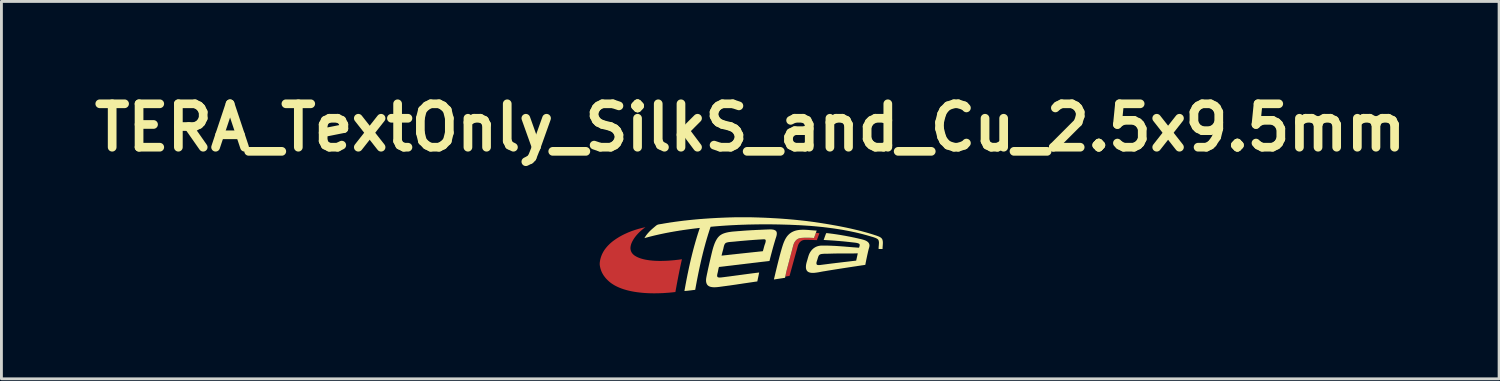
<source format=kicad_pcb>
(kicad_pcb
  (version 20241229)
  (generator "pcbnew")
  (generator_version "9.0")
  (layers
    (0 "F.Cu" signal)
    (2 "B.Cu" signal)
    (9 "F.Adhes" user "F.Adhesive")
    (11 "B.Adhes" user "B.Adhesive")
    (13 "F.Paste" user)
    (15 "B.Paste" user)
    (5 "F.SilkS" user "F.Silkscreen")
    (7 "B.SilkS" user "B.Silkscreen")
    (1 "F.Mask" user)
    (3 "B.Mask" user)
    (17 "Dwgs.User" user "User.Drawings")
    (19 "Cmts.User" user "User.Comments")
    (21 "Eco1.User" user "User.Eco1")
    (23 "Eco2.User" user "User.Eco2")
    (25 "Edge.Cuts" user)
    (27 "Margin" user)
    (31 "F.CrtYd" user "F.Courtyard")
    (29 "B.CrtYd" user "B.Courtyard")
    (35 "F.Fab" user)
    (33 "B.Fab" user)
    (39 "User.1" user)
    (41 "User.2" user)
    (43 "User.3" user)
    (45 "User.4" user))
  (footprint "TERA_TextOnly_SilkS_and_Cu_2.5x9.5mm"
    (layer "F.Cu")
    (at 23.274 5.886)
    (property "Reference" "TERA_TextOnly_SilkS_and_Cu_2.5x9.5mm" (at 0 -4.46 0) (layer "F.SilkS") (effects (font (size 1.524 1.524) (thickness 0.305))))
    (attr smd)
    (fp_poly (pts (xy 1.253 0.648) (xy 1.278 0.544) (xy 1.49 -0.259) (xy 1.493 -0.27) (xy 1.5 -0.299) (xy 1.511 -0.338) (xy 1.515 -0.35) (xy 1.52 -0.366) (xy 1.528 -0.386) (xy 1.538 -0.408) (xy 1.55 -0.432) (xy 1.566 -0.457) (xy 1.584 -0.482) (xy 1.606 -0.506) (xy 1.631 -0.529) (xy 1.66 -0.549) (xy 1.694 -0.566) (xy 1.732 -0.579) (xy 1.774 -0.586) (xy 1.817 -0.59) (xy 1.861 -0.593) (xy 1.906 -0.595) (xy 1.951 -0.596) (xy 1.995 -0.596) (xy 2.038 -0.595) (xy 2.078 -0.594) (xy 2.116 -0.593) (xy 2.15 -0.591) (xy 2.179 -0.59) (xy 2.203 -0.588) (xy 2.221 -0.587) (xy 2.232 -0.586) (xy 2.236 -0.586) (xy 2.303 -0.769) (xy 2.426 -0.752) (xy 2.336 -0.51) (xy 2.331 -0.51) (xy 2.318 -0.511) (xy 2.296 -0.512) (xy 2.269 -0.513) (xy 2.235 -0.514) (xy 2.196 -0.516) (xy 2.154 -0.517) (xy 2.108 -0.518) (xy 2.061 -0.519) (xy 2.012 -0.52) (xy 1.964 -0.52) (xy 1.916 -0.52) (xy 1.872 -0.515) (xy 1.833 -0.504) (xy 1.799 -0.488) (xy 1.77 -0.467) (xy 1.745 -0.444) (xy 1.724 -0.42) (xy 1.708 -0.395) (xy 1.695 -0.372) (xy 1.685 -0.352) (xy 1.678 -0.336) (xy 1.675 -0.325) (xy 1.673 -0.322) (xy 1.378 0.744) (xy 1.23 0.767) (xy 1.253 0.648) (xy 1.253 0.648)) (stroke (width 0) (type solid)) (fill yes) (layer "F.Cu"))
    (fp_poly (pts (xy -2.398 0.159) (xy -2.405 0.192) (xy -2.413 0.225) (xy -2.42 0.258) (xy -2.428 0.292) (xy -2.435 0.325) (xy -2.442 0.358) (xy -2.45 0.392) (xy -2.457 0.425) (xy -2.464 0.459) (xy -2.471 0.492) (xy -2.478 0.526) (xy -2.485 0.559) (xy -2.492 0.593) (xy -2.498 0.627) (xy -2.505 0.661) (xy -2.512 0.695) (xy -2.519 0.729) (xy -2.525 0.762) (xy -2.532 0.796) (xy -2.538 0.831) (xy -2.545 0.865) (xy -2.552 0.899) (xy -2.558 0.933) (xy -2.564 0.967) (xy -2.571 1.001) (xy -2.577 1.035) (xy -2.584 1.07) (xy -2.59 1.104) (xy -2.596 1.138) (xy -2.602 1.173) (xy -2.609 1.207) (xy -2.615 1.241) (xy -2.621 1.276) (xy -2.627 1.31) (xy -2.664 1.314) (xy -2.701 1.318) (xy -2.738 1.322) (xy -2.775 1.326) (xy -2.812 1.329) (xy -2.85 1.333) (xy -2.887 1.336) (xy -2.924 1.338) (xy -2.962 1.341) (xy -2.999 1.343) (xy -3.037 1.346) (xy -3.074 1.348) (xy -3.111 1.349) (xy -3.149 1.351) (xy -3.186 1.352) (xy -3.224 1.353) (xy -3.261 1.354) (xy -3.298 1.354) (xy -3.336 1.355) (xy -3.373 1.355) (xy -3.41 1.355) (xy -3.447 1.354) (xy -3.484 1.353) (xy -3.521 1.353) (xy -3.557 1.351) (xy -3.594 1.35) (xy -3.63 1.348) (xy -3.666 1.346) (xy -3.703 1.344) (xy -3.739 1.341) (xy -3.774 1.338) (xy -3.81 1.335) (xy -3.845 1.331) (xy -3.88 1.327) (xy -3.915 1.323) (xy -3.95 1.319) (xy -3.985 1.314) (xy -4.019 1.309) (xy -4.053 1.304) (xy -4.087 1.298) (xy -4.12 1.292) (xy -4.153 1.286) (xy -4.186 1.279) (xy -4.219 1.272) (xy -4.251 1.265) (xy -4.283 1.257) (xy -4.315 1.249) (xy -4.346 1.241) (xy -4.377 1.232) (xy -4.407 1.223) (xy -4.438 1.214) (xy -4.467 1.204) (xy -4.497 1.194) (xy -4.526 1.183) (xy -4.555 1.172) (xy -4.583 1.161) (xy -4.61 1.15) (xy -4.638 1.137) (xy -4.665 1.125) (xy -4.691 1.112) (xy -4.717 1.099) (xy -4.743 1.086) (xy -4.767 1.072) (xy -4.792 1.057) (xy -4.816 1.042) (xy -4.839 1.027) (xy -4.862 1.012) (xy -4.885 0.996) (xy -4.907 0.979) (xy -4.928 0.962) (xy -4.949 0.945) (xy -4.972 0.924) (xy -4.995 0.903) (xy -5.017 0.881) (xy -5.039 0.859) (xy -5.061 0.836) (xy -5.081 0.812) (xy -5.101 0.787) (xy -5.12 0.762) (xy -5.139 0.736) (xy -5.157 0.709) (xy -5.173 0.682) (xy -5.189 0.653) (xy -5.204 0.624) (xy -5.218 0.594) (xy -5.231 0.562) (xy -5.242 0.53) (xy -5.253 0.498) (xy -5.262 0.464) (xy -5.27 0.429) (xy -5.276 0.393) (xy -5.282 0.357) (xy -5.282 0.289) (xy -5.277 0.251) (xy -5.272 0.214) (xy -5.265 0.178) (xy -5.256 0.143) (xy -5.247 0.109) (xy -5.236 0.075) (xy -5.224 0.042) (xy -5.212 0.01) (xy -5.198 -0.021) (xy -5.183 -0.052) (xy -5.167 -0.082) (xy -5.151 -0.111) (xy -5.133 -0.14) (xy -5.115 -0.168) (xy -5.096 -0.195) (xy -5.076 -0.221) (xy -5.055 -0.247) (xy -5.034 -0.273) (xy -5.012 -0.297) (xy -4.99 -0.321) (xy -4.967 -0.344) (xy -4.944 -0.367) (xy -4.921 -0.389) (xy -4.897 -0.411) (xy -4.872 -0.432) (xy -4.848 -0.452) (xy -4.823 -0.472) (xy -4.798 -0.491) (xy -4.772 -0.509) (xy -4.747 -0.527) (xy -4.722 -0.545) (xy -4.696 -0.562) (xy -4.669 -0.579) (xy -4.641 -0.597) (xy -4.613 -0.614) (xy -4.585 -0.631) (xy -4.556 -0.647) (xy -4.527 -0.663) (xy -4.498 -0.679) (xy -4.468 -0.694) (xy -4.438 -0.709) (xy -4.408 -0.724) (xy -4.377 -0.738) (xy -4.346 -0.752) (xy -4.315 -0.766) (xy -4.284 -0.78) (xy -4.252 -0.793) (xy -4.22 -0.805) (xy -4.188 -0.818) (xy -4.155 -0.83) (xy -4.122 -0.842) (xy -4.089 -0.853) (xy -4.056 -0.864) (xy -4.023 -0.875) (xy -3.989 -0.886) (xy -3.955 -0.896) (xy -3.921 -0.906) (xy -3.887 -0.915) (xy -3.853 -0.925) (xy -3.818 -0.934) (xy -3.783 -0.942) (xy -3.748 -0.95) (xy -3.713 -0.958) (xy -3.678 -0.966) (xy -3.705 -0.946) (xy -3.731 -0.926) (xy -3.757 -0.906) (xy -3.783 -0.885) (xy -3.808 -0.864) (xy -3.834 -0.842) (xy -3.858 -0.82) (xy -3.883 -0.797) (xy -3.907 -0.774) (xy -3.93 -0.75) (xy -3.953 -0.726) (xy -3.975 -0.701) (xy -3.997 -0.676) (xy -4.018 -0.65) (xy -4.039 -0.623) (xy -4.059 -0.596) (xy -4.078 -0.568) (xy -4.097 -0.539) (xy -4.114 -0.51) (xy -4.129 -0.484) (xy -4.144 -0.455) (xy -4.158 -0.425) (xy -4.171 -0.394) (xy -4.182 -0.362) (xy -4.191 -0.329) (xy -4.198 -0.295) (xy -4.203 -0.261) (xy -4.204 -0.226) (xy -4.202 -0.192) (xy -4.195 -0.158) (xy -4.185 -0.125) (xy -4.172 -0.096) (xy -4.156 -0.068) (xy -4.137 -0.042) (xy -4.116 -0.018) (xy -4.092 0.004) (xy -4.067 0.024) (xy -4.04 0.042) (xy -4.011 0.059) (xy -3.982 0.075) (xy -3.957 0.087) (xy -3.931 0.099) (xy -3.904 0.11) (xy -3.877 0.12) (xy -3.849 0.13) (xy -3.82 0.139) (xy -3.79 0.147) (xy -3.76 0.155) (xy -3.729 0.163) (xy -3.698 0.17) (xy -3.666 0.176) (xy -3.634 0.182) (xy -3.601 0.187) (xy -3.567 0.192) (xy -3.534 0.197) (xy -3.499 0.201) (xy -3.465 0.204) (xy -3.43 0.208) (xy -3.395 0.21) (xy -3.359 0.213) (xy -3.323 0.214) (xy -3.287 0.216) (xy -3.251 0.217) (xy -3.215 0.218) (xy -3.178 0.218) (xy -3.141 0.218) (xy -3.105 0.218) (xy -3.068 0.217) (xy -3.031 0.216) (xy -2.994 0.215) (xy -2.958 0.214) (xy -2.921 0.212) (xy -2.884 0.21) (xy -2.848 0.208) (xy -2.811 0.205) (xy -2.775 0.202) (xy -2.739 0.199) (xy -2.704 0.196) (xy -2.668 0.193) (xy -2.633 0.189) (xy -2.598 0.185) (xy -2.564 0.181) (xy -2.53 0.177) (xy -2.496 0.173) (xy -2.463 0.168) (xy -2.43 0.164) (xy -2.398 0.159)) (stroke (width 0) (type solid)) (fill yes) (layer "F.Cu"))
    (fp_poly (pts (xy 1.22 0.811) (xy 0.829 0.87) (xy 0.829 0.868) (xy 0.831 0.862) (xy 0.833 0.852) (xy 0.836 0.839) (xy 0.84 0.822) (xy 0.845 0.802) (xy 0.851 0.778) (xy 0.857 0.752) (xy 0.864 0.724) (xy 0.871 0.693) (xy 0.879 0.659) (xy 0.887 0.624) (xy 0.896 0.587) (xy 0.906 0.548) (xy 0.915 0.508) (xy 0.925 0.467) (xy 0.936 0.424) (xy 0.946 0.381) (xy 0.957 0.337) (xy 0.968 0.293) (xy 0.979 0.249) (xy 0.99 0.205) (xy 1.002 0.161) (xy 1.013 0.117) (xy 1.024 0.074) (xy 1.035 0.032) (xy 1.046 -0.009) (xy 1.057 -0.049) (xy 1.067 -0.088) (xy 1.078 -0.125) (xy 1.088 -0.16) (xy 1.097 -0.193) (xy 1.108 -0.228) (xy 1.118 -0.263) (xy 1.129 -0.297) (xy 1.14 -0.331) (xy 1.151 -0.365) (xy 1.163 -0.397) (xy 1.175 -0.429) (xy 1.188 -0.46) (xy 1.202 -0.491) (xy 1.216 -0.521) (xy 1.231 -0.55) (xy 1.247 -0.577) (xy 1.264 -0.605) (xy 1.282 -0.631) (xy 1.301 -0.656) (xy 1.321 -0.679) (xy 1.342 -0.701) (xy 1.364 -0.722) (xy 1.387 -0.742) (xy 1.412 -0.76) (xy 1.437 -0.777) (xy 1.464 -0.793) (xy 1.492 -0.807) (xy 1.521 -0.82) (xy 1.551 -0.832) (xy 1.583 -0.842) (xy 1.615 -0.851) (xy 1.65 -0.858) (xy 1.685 -0.864) (xy 1.722 -0.869) (xy 1.76 -0.872) (xy 1.795 -0.874) (xy 1.83 -0.875) (xy 1.864 -0.875) (xy 1.898 -0.875) (xy 1.932 -0.873) (xy 1.966 -0.872) (xy 1.999 -0.87) (xy 2.032 -0.868) (xy 2.065 -0.865) (xy 2.098 -0.862) (xy 2.131 -0.859) (xy 2.164 -0.857) (xy 2.197 -0.854) (xy 2.23 -0.852) (xy 2.263 -0.849) (xy 2.296 -0.848) (xy 2.329 -0.846) (xy 2.321 -0.82) (xy 2.311 -0.795) (xy 2.303 -0.769) (xy 2.236 -0.586) (xy 2.232 -0.586) (xy 2.221 -0.587) (xy 2.203 -0.588) (xy 2.179 -0.59) (xy 2.15 -0.591) (xy 2.116 -0.593) (xy 2.078 -0.594) (xy 2.038 -0.595) (xy 1.995 -0.596) (xy 1.951 -0.596) (xy 1.906 -0.595) (xy 1.861 -0.593) (xy 1.817 -0.59) (xy 1.774 -0.586) (xy 1.732 -0.579) (xy 1.694 -0.566) (xy 1.66 -0.549) (xy 1.631 -0.529) (xy 1.606 -0.506) (xy 1.584 -0.482) (xy 1.566 -0.457) (xy 1.55 -0.432) (xy 1.538 -0.408) (xy 1.528 -0.386) (xy 1.52 -0.366) (xy 1.515 -0.35) (xy 1.511 -0.338) (xy 1.5 -0.299) (xy 1.493 -0.27) (xy 1.49 -0.259) (xy 1.278 0.544) (xy 1.253 0.648) (xy 1.23 0.767) (xy 1.223 0.795) (xy 1.22 0.811)) (stroke (width 0) (type solid)) (fill yes) (layer "F.SilkS"))
    (fp_poly (pts (xy 4.182 -0.339) (xy 3.716 0.208) (xy 3.723 0.176) (xy 3.73 0.144) (xy 3.737 0.113) (xy 3.744 0.081) (xy 3.751 0.049) (xy 3.758 0.017) (xy 3.765 -0.015) (xy 3.771 -0.048) (xy 3.738 -0.047) (xy 3.704 -0.046) (xy 3.671 -0.045) (xy 3.637 -0.044) (xy 3.602 -0.044) (xy 3.568 -0.043) (xy 3.533 -0.043) (xy 3.498 -0.043) (xy 3.462 -0.043) (xy 3.427 -0.042) (xy 3.391 -0.042) (xy 3.356 -0.042) (xy 3.32 -0.042) (xy 3.284 -0.042) (xy 3.248 -0.042) (xy 3.212 -0.042) (xy 3.176 -0.042) (xy 3.14 -0.042) (xy 3.104 -0.042) (xy 3.068 -0.042) (xy 3.032 -0.042) (xy 2.996 -0.041) (xy 2.96 -0.041) (xy 2.925 -0.04) (xy 2.889 -0.039) (xy 2.854 -0.038) (xy 2.819 -0.037) (xy 2.784 -0.036) (xy 2.749 -0.035) (xy 2.714 -0.034) (xy 2.679 -0.033) (xy 2.644 -0.033) (xy 2.609 -0.033) (xy 2.575 -0.032) (xy 2.543 -0.029) (xy 2.512 -0.026) (xy 2.484 -0.021) (xy 2.458 -0.013) (xy 2.436 -0.002) (xy 2.417 0.014) (xy 2.401 0.036) (xy 2.388 0.064) (xy 2.377 0.095) (xy 2.367 0.127) (xy 2.358 0.159) (xy 2.349 0.187) (xy 2.338 0.219) (xy 2.328 0.253) (xy 2.321 0.287) (xy 2.322 0.318) (xy 2.332 0.344) (xy 2.349 0.357) (xy 2.374 0.363) (xy 2.404 0.365) (xy 2.436 0.363) (xy 2.467 0.36) (xy 2.494 0.356) (xy 2.529 0.352) (xy 2.565 0.347) (xy 2.6 0.343) (xy 2.635 0.338) (xy 2.67 0.334) (xy 2.705 0.329) (xy 2.74 0.325) (xy 2.775 0.32) (xy 2.811 0.316) (xy 2.846 0.311) (xy 2.881 0.307) (xy 2.916 0.303) (xy 2.951 0.299) (xy 2.985 0.294) (xy 3.02 0.29) (xy 3.055 0.286) (xy 3.09 0.282) (xy 3.125 0.278) (xy 3.16 0.273) (xy 3.195 0.269) (xy 3.229 0.265) (xy 3.264 0.261) (xy 3.299 0.257) (xy 3.334 0.253) (xy 3.369 0.249) (xy 3.403 0.245) (xy 3.438 0.241) (xy 3.473 0.237) (xy 3.508 0.232) (xy 3.542 0.228) (xy 3.577 0.224) (xy 3.612 0.22) (xy 3.647 0.216) (xy 3.681 0.212) (xy 3.716 0.208) (xy 3.716 0.208) (xy 4.182 -0.339) (xy 4.182 -0.309) (xy 4.178 -0.28) (xy 4.171 -0.251) (xy 4.162 -0.221) (xy 4.154 -0.193) (xy 4.146 -0.164) (xy 4.139 -0.132) (xy 4.131 -0.101) (xy 4.124 -0.068) (xy 4.117 -0.036) (xy 4.109 -0.003) (xy 4.102 0.03) (xy 4.095 0.063) (xy 4.088 0.096) (xy 4.081 0.129) (xy 4.074 0.162) (xy 4.067 0.195) (xy 4.061 0.227) (xy 4.054 0.26) (xy 4.048 0.292) (xy 4.042 0.325) (xy 4.036 0.356) (xy 4.001 0.362) (xy 3.966 0.367) (xy 3.931 0.372) (xy 3.896 0.377) (xy 3.862 0.383) (xy 3.827 0.388) (xy 3.792 0.393) (xy 3.757 0.398) (xy 3.723 0.404) (xy 3.688 0.409) (xy 3.654 0.414) (xy 3.619 0.419) (xy 3.584 0.424) (xy 3.55 0.43) (xy 3.515 0.435) (xy 3.481 0.44) (xy 3.446 0.445) (xy 3.412 0.451) (xy 3.377 0.456) (xy 3.343 0.461) (xy 3.308 0.467) (xy 3.274 0.472) (xy 3.239 0.477) (xy 3.204 0.483) (xy 3.17 0.488) (xy 3.135 0.493) (xy 3.101 0.499) (xy 3.066 0.504) (xy 3.031 0.51) (xy 2.997 0.515) (xy 2.962 0.521) (xy 2.927 0.526) (xy 2.893 0.532) (xy 2.858 0.537) (xy 2.823 0.543) (xy 2.788 0.549) (xy 2.753 0.554) (xy 2.718 0.56) (xy 2.683 0.566) (xy 2.648 0.572) (xy 2.613 0.578) (xy 2.578 0.583) (xy 2.542 0.589) (xy 2.516 0.594) (xy 2.488 0.599) (xy 2.459 0.605) (xy 2.43 0.61) (xy 2.399 0.616) (xy 2.368 0.621) (xy 2.337 0.626) (xy 2.305 0.63) (xy 2.274 0.634) (xy 2.243 0.637) (xy 2.212 0.638) (xy 2.182 0.638) (xy 2.153 0.637) (xy 2.125 0.634) (xy 2.099 0.629) (xy 2.074 0.622) (xy 2.051 0.613) (xy 2.029 0.601) (xy 2.01 0.587) (xy 1.993 0.57) (xy 1.979 0.55) (xy 1.968 0.526) (xy 1.959 0.5) (xy 1.954 0.47) (xy 1.952 0.436) (xy 1.953 0.403) (xy 1.956 0.37) (xy 1.961 0.336) (xy 1.968 0.304) (xy 1.976 0.272) (xy 1.985 0.241) (xy 1.994 0.211) (xy 2.003 0.182) (xy 2.012 0.148) (xy 2.022 0.115) (xy 2.031 0.082) (xy 2.041 0.051) (xy 2.051 0.02) (xy 2.062 -0.009) (xy 2.075 -0.039) (xy 2.09 -0.067) (xy 2.106 -0.094) (xy 2.123 -0.12) (xy 2.142 -0.145) (xy 2.162 -0.169) (xy 2.184 -0.191) (xy 2.207 -0.212) (xy 2.231 -0.231) (xy 2.257 -0.248) (xy 2.284 -0.264) (xy 2.312 -0.278) (xy 2.342 -0.29) (xy 2.373 -0.3) (xy 2.405 -0.308) (xy 2.439 -0.314) (xy 2.474 -0.318) (xy 2.51 -0.319) (xy 2.547 -0.32) (xy 2.584 -0.32) (xy 2.621 -0.319) (xy 2.657 -0.319) (xy 2.694 -0.318) (xy 2.73 -0.318) (xy 2.766 -0.317) (xy 2.801 -0.316) (xy 2.837 -0.314) (xy 2.872 -0.313) (xy 2.907 -0.311) (xy 2.942 -0.31) (xy 2.977 -0.308) (xy 3.012 -0.306) (xy 3.046 -0.304) (xy 3.081 -0.301) (xy 3.115 -0.299) (xy 3.149 -0.297) (xy 3.183 -0.294) (xy 3.217 -0.292) (xy 3.251 -0.289) (xy 3.284 -0.287) (xy 3.318 -0.284) (xy 3.351 -0.281) (xy 3.385 -0.278) (xy 3.418 -0.276) (xy 3.452 -0.273) (xy 3.485 -0.27) (xy 3.518 -0.267) (xy 3.551 -0.265) (xy 3.584 -0.262) (xy 3.618 -0.259) (xy 3.651 -0.257) (xy 3.684 -0.254) (xy 3.717 -0.252) (xy 3.75 -0.249) (xy 3.783 -0.247) (xy 3.816 -0.245) (xy 3.825 -0.272) (xy 3.834 -0.302) (xy 3.84 -0.334) (xy 3.836 -0.364) (xy 3.825 -0.379) (xy 3.805 -0.391) (xy 3.779 -0.401) (xy 3.747 -0.41) (xy 3.712 -0.417) (xy 3.676 -0.422) (xy 3.639 -0.426) (xy 3.606 -0.43) (xy 3.575 -0.433) (xy 3.551 -0.436) (xy 3.517 -0.44) (xy 3.483 -0.444) (xy 3.449 -0.448) (xy 3.415 -0.451) (xy 3.38 -0.455) (xy 3.345 -0.459) (xy 3.311 -0.462) (xy 3.276 -0.466) (xy 3.241 -0.469) (xy 3.205 -0.472) (xy 3.17 -0.475) (xy 3.135 -0.479) (xy 3.099 -0.482) (xy 3.064 -0.484) (xy 3.029 -0.487) (xy 2.993 -0.49) (xy 2.958 -0.493) (xy 2.923 -0.495) (xy 2.887 -0.498) (xy 2.852 -0.5) (xy 2.817 -0.502) (xy 2.782 -0.505) (xy 2.747 -0.507) (xy 2.712 -0.509) (xy 2.678 -0.511) (xy 2.643 -0.513) (xy 2.609 -0.515) (xy 2.575 -0.516) (xy 2.586 -0.547) (xy 2.598 -0.579) (xy 2.609 -0.612) (xy 2.621 -0.645) (xy 2.633 -0.677) (xy 2.644 -0.707) (xy 2.656 -0.735) (xy 2.669 -0.759) (xy 2.704 -0.755) (xy 2.739 -0.751) (xy 2.774 -0.747) (xy 2.809 -0.743) (xy 2.844 -0.738) (xy 2.879 -0.734) (xy 2.915 -0.729) (xy 2.95 -0.724) (xy 2.985 -0.719) (xy 3.02 -0.714) (xy 3.055 -0.709) (xy 3.09 -0.703) (xy 3.125 -0.698) (xy 3.16 -0.692) (xy 3.195 -0.686) (xy 3.229 -0.68) (xy 3.264 -0.674) (xy 3.299 -0.668) (xy 3.333 -0.662) (xy 3.368 -0.655) (xy 3.402 -0.649) (xy 3.436 -0.642) (xy 3.471 -0.636) (xy 3.505 -0.629) (xy 3.539 -0.622) (xy 3.573 -0.615) (xy 3.606 -0.608) (xy 3.64 -0.601) (xy 3.674 -0.594) (xy 3.707 -0.586) (xy 3.74 -0.579) (xy 3.773 -0.572) (xy 3.806 -0.564) (xy 3.839 -0.556) (xy 3.871 -0.549) (xy 3.901 -0.542) (xy 3.932 -0.534) (xy 3.963 -0.525) (xy 3.995 -0.515) (xy 4.026 -0.504) (xy 4.055 -0.491) (xy 4.083 -0.476) (xy 4.108 -0.459) (xy 4.131 -0.441) (xy 4.15 -0.419) (xy 4.165 -0.395) (xy 4.176 -0.368) (xy 4.182 -0.339)) (stroke (width 0) (type solid)) (fill yes) (layer "F.SilkS"))
    (fp_poly (pts (xy 0.923 -0.798) (xy 0.496 -0.319) (xy 0.503 -0.34) (xy 0.513 -0.368) (xy 0.525 -0.401) (xy 0.535 -0.436) (xy 0.541 -0.47) (xy 0.542 -0.5) (xy 0.535 -0.523) (xy 0.513 -0.537) (xy 0.481 -0.541) (xy 0.441 -0.539) (xy 0.408 -0.537) (xy 0.374 -0.535) (xy 0.34 -0.533) (xy 0.306 -0.531) (xy 0.271 -0.529) (xy 0.237 -0.526) (xy 0.202 -0.524) (xy 0.168 -0.522) (xy 0.133 -0.519) (xy 0.098 -0.517) (xy 0.063 -0.514) (xy 0.027 -0.511) (xy -0.008 -0.509) (xy -0.043 -0.506) (xy -0.079 -0.503) (xy -0.114 -0.5) (xy -0.149 -0.497) (xy -0.185 -0.494) (xy -0.22 -0.491) (xy -0.255 -0.488) (xy -0.29 -0.485) (xy -0.325 -0.482) (xy -0.361 -0.479) (xy -0.395 -0.475) (xy -0.43 -0.472) (xy -0.465 -0.469) (xy -0.499 -0.465) (xy -0.534 -0.462) (xy -0.568 -0.458) (xy -0.598 -0.456) (xy -0.631 -0.453) (xy -0.666 -0.45) (xy -0.702 -0.447) (xy -0.737 -0.444) (xy -0.771 -0.439) (xy -0.803 -0.432) (xy -0.832 -0.424) (xy -0.856 -0.413) (xy -0.875 -0.4) (xy -0.893 -0.378) (xy -0.907 -0.351) (xy -0.919 -0.32) (xy -0.928 -0.287) (xy -0.936 -0.254) (xy -0.942 -0.222) (xy -0.949 -0.193) (xy -0.958 -0.16) (xy -0.967 -0.128) (xy -0.976 -0.097) (xy -0.984 -0.065) (xy -0.992 -0.034) (xy -1 -0.001) (xy -1.008 0.033) (xy -0.973 0.029) (xy -0.939 0.026) (xy -0.904 0.022) (xy -0.87 0.018) (xy -0.835 0.015) (xy -0.801 0.011) (xy -0.766 0.007) (xy -0.732 0.003) (xy -0.698 -0.000445) (xy -0.663 -0.004) (xy -0.629 -0.008) (xy -0.594 -0.012) (xy -0.56 -0.015) (xy -0.525 -0.019) (xy -0.491 -0.023) (xy -0.456 -0.027) (xy -0.422 -0.03) (xy -0.388 -0.034) (xy -0.353 -0.038) (xy -0.319 -0.042) (xy -0.284 -0.045) (xy -0.25 -0.049) (xy -0.215 -0.053) (xy -0.181 -0.056) (xy -0.146 -0.06) (xy -0.112 -0.064) (xy -0.077 -0.067) (xy -0.043 -0.071) (xy -0.008 -0.075) (xy 0.026 -0.079) (xy 0.061 -0.082) (xy 0.095 -0.086) (xy 0.13 -0.09) (xy 0.164 -0.093) (xy 0.199 -0.097) (xy 0.233 -0.1) (xy 0.268 -0.104) (xy 0.303 -0.108) (xy 0.337 -0.111) (xy 0.372 -0.115) (xy 0.406 -0.118) (xy 0.441 -0.122) (xy 0.451 -0.155) (xy 0.46 -0.187) (xy 0.469 -0.218) (xy 0.477 -0.25) (xy 0.486 -0.283) (xy 0.496 -0.319) (xy 0.923 -0.798) (xy 0.93 -0.767) (xy 0.931 -0.734) (xy 0.928 -0.701) (xy 0.921 -0.666) (xy 0.912 -0.632) (xy 0.901 -0.598) (xy 0.89 -0.566) (xy 0.881 -0.536) (xy 0.871 -0.505) (xy 0.862 -0.473) (xy 0.852 -0.44) (xy 0.842 -0.408) (xy 0.833 -0.374) (xy 0.823 -0.341) (xy 0.813 -0.307) (xy 0.804 -0.273) (xy 0.794 -0.239) (xy 0.785 -0.204) (xy 0.775 -0.17) (xy 0.766 -0.136) (xy 0.757 -0.101) (xy 0.748 -0.067) (xy 0.739 -0.034) (xy 0.73 -0.000036) (xy 0.721 0.033) (xy 0.713 0.066) (xy 0.704 0.098) (xy 0.696 0.13) (xy 0.689 0.161) (xy 0.681 0.191) (xy 0.674 0.221) (xy 0.639 0.225) (xy 0.604 0.229) (xy 0.569 0.233) (xy 0.534 0.237) (xy 0.5 0.241) (xy 0.465 0.245) (xy 0.43 0.249) (xy 0.395 0.253) (xy 0.361 0.257) (xy 0.326 0.261) (xy 0.291 0.265) (xy 0.256 0.27) (xy 0.222 0.274) (xy 0.187 0.278) (xy 0.152 0.282) (xy 0.117 0.286) (xy 0.083 0.29) (xy 0.048 0.294) (xy 0.013 0.299) (xy -0.021 0.303) (xy -0.056 0.307) (xy -0.091 0.311) (xy -0.126 0.315) (xy -0.16 0.319) (xy -0.195 0.324) (xy -0.23 0.328) (xy -0.264 0.332) (xy -0.299 0.336) (xy -0.334 0.34) (xy -0.368 0.344) (xy -0.403 0.349) (xy -0.438 0.353) (xy -0.472 0.357) (xy -0.507 0.361) (xy -0.542 0.365) (xy -0.577 0.369) (xy -0.611 0.374) (xy -0.646 0.378) (xy -0.681 0.382) (xy -0.715 0.386) (xy -0.75 0.39) (xy -0.785 0.394) (xy -0.82 0.398) (xy -0.854 0.402) (xy -0.889 0.407) (xy -0.924 0.411) (xy -0.959 0.415) (xy -0.994 0.419) (xy -1.028 0.423) (xy -1.063 0.427) (xy -1.098 0.431) (xy -1.108 0.462) (xy -1.116 0.495) (xy -1.123 0.528) (xy -1.129 0.564) (xy -1.137 0.602) (xy -1.143 0.628) (xy -1.151 0.658) (xy -1.158 0.691) (xy -1.163 0.723) (xy -1.162 0.752) (xy -1.153 0.777) (xy -1.136 0.791) (xy -1.109 0.799) (xy -1.077 0.801) (xy -1.042 0.8) (xy -1.008 0.797) (xy -0.978 0.793) (xy -0.944 0.789) (xy -0.909 0.785) (xy -0.875 0.78) (xy -0.84 0.776) (xy -0.805 0.771) (xy -0.77 0.767) (xy -0.735 0.762) (xy -0.7 0.758) (xy -0.665 0.753) (xy -0.63 0.748) (xy -0.594 0.744) (xy -0.559 0.739) (xy -0.523 0.734) (xy -0.488 0.729) (xy -0.453 0.725) (xy -0.417 0.72) (xy -0.382 0.715) (xy -0.346 0.71) (xy -0.311 0.706) (xy -0.276 0.701) (xy -0.24 0.696) (xy -0.205 0.691) (xy -0.17 0.687) (xy -0.135 0.682) (xy -0.1 0.677) (xy -0.065 0.673) (xy -0.03 0.668) (xy 0.005 0.663) (xy 0.039 0.659) (xy 0.074 0.654) (xy 0.108 0.65) (xy 0.143 0.646) (xy 0.177 0.641) (xy 0.211 0.637) (xy 0.245 0.633) (xy 0.278 0.629) (xy 0.312 0.625) (xy 0.305 0.657) (xy 0.299 0.688) (xy 0.293 0.719) (xy 0.286 0.751) (xy 0.28 0.782) (xy 0.273 0.813) (xy 0.266 0.844) (xy 0.26 0.876) (xy 0.253 0.907) (xy 0.247 0.938) (xy 0.214 0.943) (xy 0.181 0.947) (xy 0.147 0.952) (xy 0.114 0.957) (xy 0.08 0.962) (xy 0.047 0.967) (xy 0.013 0.972) (xy -0.021 0.977) (xy -0.055 0.982) (xy -0.089 0.987) (xy -0.123 0.992) (xy -0.157 0.997) (xy -0.192 1.002) (xy -0.226 1.007) (xy -0.261 1.012) (xy -0.295 1.018) (xy -0.33 1.023) (xy -0.365 1.028) (xy -0.399 1.033) (xy -0.434 1.038) (xy -0.469 1.044) (xy -0.503 1.049) (xy -0.538 1.054) (xy -0.573 1.059) (xy -0.608 1.064) (xy -0.643 1.069) (xy -0.677 1.074) (xy -0.712 1.079) (xy -0.747 1.084) (xy -0.782 1.088) (xy -0.816 1.093) (xy -0.851 1.098) (xy -0.886 1.102) (xy -0.92 1.107) (xy -0.949 1.11) (xy -0.979 1.115) (xy -1.01 1.119) (xy -1.041 1.123) (xy -1.073 1.128) (xy -1.104 1.132) (xy -1.136 1.135) (xy -1.168 1.138) (xy -1.199 1.141) (xy -1.23 1.142) (xy -1.261 1.143) (xy -1.29 1.142) (xy -1.319 1.14) (xy -1.347 1.137) (xy -1.374 1.132) (xy -1.4 1.126) (xy -1.424 1.117) (xy -1.446 1.107) (xy -1.467 1.095) (xy -1.486 1.08) (xy -1.503 1.063) (xy -1.517 1.043) (xy -1.529 1.02) (xy -1.539 0.995) (xy -1.546 0.967) (xy -1.551 0.935) (xy -1.552 0.902) (xy -1.551 0.869) (xy -1.548 0.837) (xy -1.543 0.804) (xy -1.537 0.773) (xy -1.531 0.742) (xy -1.525 0.712) (xy -1.518 0.677) (xy -1.51 0.643) (xy -1.503 0.609) (xy -1.496 0.575) (xy -1.489 0.541) (xy -1.482 0.507) (xy -1.474 0.474) (xy -1.467 0.44) (xy -1.459 0.407) (xy -1.452 0.374) (xy -1.444 0.34) (xy -1.437 0.306) (xy -1.429 0.273) (xy -1.421 0.239) (xy -1.413 0.205) (xy -1.405 0.171) (xy -1.397 0.136) (xy -1.389 0.101) (xy -1.381 0.067) (xy -1.373 0.033) (xy -1.365 -0.001) (xy -1.357 -0.036) (xy -1.348 -0.071) (xy -1.34 -0.105) (xy -1.331 -0.14) (xy -1.322 -0.175) (xy -1.312 -0.209) (xy -1.303 -0.243) (xy -1.292 -0.276) (xy -1.281 -0.31) (xy -1.27 -0.342) (xy -1.258 -0.374) (xy -1.246 -0.406) (xy -1.232 -0.436) (xy -1.219 -0.466) (xy -1.204 -0.495) (xy -1.188 -0.523) (xy -1.172 -0.55) (xy -1.155 -0.575) (xy -1.137 -0.6) (xy -1.117 -0.623) (xy -1.097 -0.644) (xy -1.076 -0.664) (xy -1.053 -0.682) (xy -1.029 -0.698) (xy -1.003 -0.713) (xy -0.977 -0.727) (xy -0.949 -0.739) (xy -0.92 -0.75) (xy -0.89 -0.76) (xy -0.859 -0.769) (xy -0.828 -0.777) (xy -0.795 -0.784) (xy -0.762 -0.791) (xy -0.728 -0.796) (xy -0.694 -0.801) (xy -0.659 -0.806) (xy -0.624 -0.81) (xy -0.588 -0.813) (xy -0.552 -0.816) (xy -0.515 -0.819) (xy -0.479 -0.822) (xy -0.442 -0.825) (xy -0.405 -0.828) (xy -0.368 -0.83) (xy -0.332 -0.833) (xy -0.297 -0.836) (xy -0.262 -0.839) (xy -0.227 -0.841) (xy -0.193 -0.844) (xy -0.158 -0.846) (xy -0.124 -0.849) (xy -0.089 -0.851) (xy -0.055 -0.853) (xy -0.02 -0.855) (xy 0.014 -0.857) (xy 0.048 -0.859) (xy 0.083 -0.861) (xy 0.117 -0.862) (xy 0.152 -0.864) (xy 0.186 -0.866) (xy 0.221 -0.868) (xy 0.256 -0.869) (xy 0.29 -0.871) (xy 0.325 -0.872) (xy 0.36 -0.874) (xy 0.395 -0.875) (xy 0.431 -0.877) (xy 0.466 -0.879) (xy 0.502 -0.88) (xy 0.537 -0.882) (xy 0.573 -0.883) (xy 0.609 -0.885) (xy 0.643 -0.886) (xy 0.677 -0.887) (xy 0.712 -0.887) (xy 0.747 -0.886) (xy 0.781 -0.882) (xy 0.814 -0.877) (xy 0.843 -0.868) (xy 0.87 -0.856) (xy 0.892 -0.841) (xy 0.91 -0.822) (xy 0.923 -0.798)) (stroke (width 0) (type solid)) (fill yes) (layer "F.SilkS"))
    (fp_poly (pts (xy 4.628 -0.546) (xy 4.638 -0.521) (xy 4.645 -0.493) (xy 4.65 -0.462) (xy 4.652 -0.43) (xy 4.652 -0.397) (xy 4.65 -0.363) (xy 4.648 -0.328) (xy 4.645 -0.294) (xy 4.643 -0.261) (xy 4.641 -0.229) (xy 4.641 -0.2) (xy 4.606 -0.2) (xy 4.569 -0.199) (xy 4.534 -0.199) (xy 4.502 -0.203) (xy 4.502 -0.232) (xy 4.504 -0.263) (xy 4.506 -0.296) (xy 4.51 -0.329) (xy 4.512 -0.362) (xy 4.514 -0.395) (xy 4.515 -0.427) (xy 4.512 -0.456) (xy 4.507 -0.484) (xy 4.499 -0.508) (xy 4.486 -0.529) (xy 4.469 -0.546) (xy 4.447 -0.561) (xy 4.422 -0.575) (xy 4.392 -0.588) (xy 4.361 -0.6) (xy 4.328 -0.611) (xy 4.295 -0.622) (xy 4.262 -0.631) (xy 4.23 -0.64) (xy 4.201 -0.649) (xy 4.17 -0.658) (xy 4.139 -0.667) (xy 4.108 -0.676) (xy 4.077 -0.685) (xy 4.046 -0.693) (xy 4.014 -0.702) (xy 3.983 -0.71) (xy 3.951 -0.719) (xy 3.919 -0.727) (xy 3.887 -0.735) (xy 3.855 -0.743) (xy 3.822 -0.751) (xy 3.79 -0.759) (xy 3.757 -0.767) (xy 3.724 -0.774) (xy 3.692 -0.782) (xy 3.659 -0.789) (xy 3.625 -0.796) (xy 3.592 -0.803) (xy 3.559 -0.81) (xy 3.525 -0.817) (xy 3.492 -0.824) (xy 3.458 -0.831) (xy 3.424 -0.837) (xy 3.39 -0.844) (xy 3.356 -0.85) (xy 3.322 -0.856) (xy 3.288 -0.863) (xy 3.253 -0.869) (xy 3.219 -0.875) (xy 3.184 -0.88) (xy 3.149 -0.886) (xy 3.115 -0.892) (xy 3.08 -0.897) (xy 3.045 -0.903) (xy 3.01 -0.908) (xy 2.975 -0.914) (xy 2.939 -0.919) (xy 2.904 -0.924) (xy 2.869 -0.929) (xy 2.833 -0.933) (xy 2.798 -0.938) (xy 2.762 -0.943) (xy 2.726 -0.947) (xy 2.69 -0.952) (xy 2.655 -0.956) (xy 2.619 -0.96) (xy 2.583 -0.965) (xy 2.547 -0.969) (xy 2.511 -0.973) (xy 2.474 -0.976) (xy 2.438 -0.98) (xy 2.402 -0.984) (xy 2.365 -0.987) (xy 2.329 -0.991) (xy 2.293 -0.994) (xy 2.256 -0.998) (xy 2.219 -1.001) (xy 2.183 -1.004) (xy 2.146 -1.007) (xy 2.11 -1.01) (xy 2.073 -1.013) (xy 2.036 -1.015) (xy 1.999 -1.018) (xy 1.962 -1.02) (xy 1.926 -1.023) (xy 1.889 -1.025) (xy 1.852 -1.027) (xy 1.815 -1.03) (xy 1.778 -1.032) (xy 1.741 -1.034) (xy 1.705 -1.036) (xy 1.67 -1.037) (xy 1.634 -1.039) (xy 1.599 -1.041) (xy 1.563 -1.042) (xy 1.528 -1.044) (xy 1.492 -1.045) (xy 1.456 -1.047) (xy 1.421 -1.048) (xy 1.385 -1.05) (xy 1.349 -1.051) (xy 1.313 -1.052) (xy 1.277 -1.053) (xy 1.242 -1.054) (xy 1.206 -1.055) (xy 1.17 -1.056) (xy 1.134 -1.057) (xy 1.098 -1.058) (xy 1.062 -1.059) (xy 1.026 -1.06) (xy 0.99 -1.061) (xy 0.954 -1.061) (xy 0.917 -1.062) (xy 0.881 -1.062) (xy 0.845 -1.063) (xy 0.809 -1.063) (xy 0.773 -1.064) (xy 0.737 -1.064) (xy 0.701 -1.064) (xy 0.665 -1.065) (xy 0.629 -1.065) (xy 0.593 -1.065) (xy 0.557 -1.065) (xy 0.52 -1.065) (xy 0.484 -1.065) (xy 0.448 -1.065) (xy 0.412 -1.065) (xy 0.376 -1.064) (xy 0.34 -1.064) (xy 0.304 -1.064) (xy 0.268 -1.063) (xy 0.232 -1.063) (xy 0.197 -1.063) (xy 0.161 -1.062) (xy 0.125 -1.061) (xy 0.089 -1.061) (xy 0.053 -1.06) (xy 0.018 -1.059) (xy -0.018 -1.058) (xy -0.054 -1.057) (xy -0.089 -1.057) (xy -0.125 -1.056) (xy -0.161 -1.054) (xy -0.196 -1.053) (xy -0.231 -1.052) (xy -0.267 -1.051) (xy -0.302 -1.05) (xy -0.337 -1.048) (xy -0.373 -1.047) (xy -0.408 -1.046) (xy -0.443 -1.044) (xy -0.478 -1.042) (xy -0.513 -1.041) (xy -0.548 -1.039) (xy -0.582 -1.037) (xy -0.617 -1.036) (xy -0.652 -1.034) (xy -0.686 -1.032) (xy -0.721 -1.03) (xy -0.755 -1.028) (xy -0.79 -1.026) (xy -0.824 -1.024) (xy -0.858 -1.022) (xy -0.892 -1.019) (xy -0.926 -1.017) (xy -0.96 -1.015) (xy -0.994 -1.012) (xy -1.028 -1.01) (xy -1.062 -1.007) (xy -1.095 -1.005) (xy -1.128 -1.002) (xy -1.162 -0.999) (xy -1.195 -0.997) (xy -1.228 -0.994) (xy -1.261 -0.991) (xy -1.294 -0.988) (xy -1.327 -0.985) (xy -1.36 -0.982) (xy -1.392 -0.979) (xy -1.403 -0.947) (xy -1.414 -0.916) (xy -1.424 -0.884) (xy -1.435 -0.852) (xy -1.445 -0.82) (xy -1.455 -0.788) (xy -1.465 -0.756) (xy -1.476 -0.723) (xy -1.486 -0.691) (xy -1.495 -0.659) (xy -1.505 -0.626) (xy -1.515 -0.594) (xy -1.525 -0.561) (xy -1.534 -0.528) (xy -1.544 -0.495) (xy -1.553 -0.463) (xy -1.563 -0.43) (xy -1.572 -0.397) (xy -1.581 -0.363) (xy -1.59 -0.33) (xy -1.599 -0.297) (xy -1.608 -0.264) (xy -1.617 -0.23) (xy -1.626 -0.197) (xy -1.635 -0.163) (xy -1.643 -0.129) (xy -1.652 -0.096) (xy -1.66 -0.062) (xy -1.669 -0.028) (xy -1.677 0.006) (xy -1.685 0.04) (xy -1.694 0.074) (xy -1.702 0.108) (xy -1.71 0.143) (xy -1.718 0.177) (xy -1.726 0.211) (xy -1.734 0.246) (xy -1.742 0.28) (xy -1.749 0.315) (xy -1.757 0.349) (xy -1.765 0.384) (xy -1.772 0.419) (xy -1.78 0.454) (xy -1.787 0.489) (xy -1.795 0.523) (xy -1.802 0.558) (xy -1.809 0.593) (xy -1.817 0.629) (xy -1.824 0.664) (xy -1.831 0.699) (xy -1.838 0.734) (xy -1.845 0.769) (xy -1.852 0.805) (xy -1.859 0.84) (xy -1.866 0.876) (xy -1.873 0.911) (xy -1.88 0.947) (xy -1.886 0.982) (xy -1.893 1.018) (xy -1.9 1.054) (xy -1.906 1.089) (xy -1.913 1.125) (xy -1.919 1.161) (xy -1.926 1.197) (xy -1.932 1.233) (xy -1.966 1.237) (xy -2.001 1.241) (xy -2.035 1.245) (xy -2.07 1.25) (xy -2.106 1.254) (xy -2.141 1.258) (xy -2.175 1.262) (xy -2.21 1.266) (xy -2.244 1.269) (xy -2.278 1.272) (xy -2.31 1.275) (xy -2.304 1.239) (xy -2.298 1.203) (xy -2.291 1.167) (xy -2.285 1.131) (xy -2.278 1.095) (xy -2.272 1.059) (xy -2.265 1.023) (xy -2.258 0.988) (xy -2.252 0.952) (xy -2.245 0.916) (xy -2.238 0.881) (xy -2.231 0.845) (xy -2.224 0.81) (xy -2.217 0.775) (xy -2.21 0.739) (xy -2.203 0.704) (xy -2.196 0.669) (xy -2.188 0.634) (xy -2.181 0.599) (xy -2.174 0.564) (xy -2.166 0.529) (xy -2.159 0.494) (xy -2.151 0.459) (xy -2.144 0.424) (xy -2.136 0.389) (xy -2.128 0.355) (xy -2.121 0.32) (xy -2.113 0.286) (xy -2.105 0.251) (xy -2.097 0.217) (xy -2.089 0.182) (xy -2.081 0.148) (xy -2.073 0.114) (xy -2.064 0.08) (xy -2.056 0.046) (xy -2.048 0.012) (xy -2.039 -0.022) (xy -2.031 -0.056) (xy -2.022 -0.09) (xy -2.013 -0.123) (xy -2.005 -0.157) (xy -1.996 -0.191) (xy -1.987 -0.224) (xy -1.978 -0.257) (xy -1.969 -0.291) (xy -1.96 -0.324) (xy -1.95 -0.357) (xy -1.941 -0.39) (xy -1.932 -0.423) (xy -1.922 -0.456) (xy -1.913 -0.489) (xy -1.903 -0.522) (xy -1.893 -0.554) (xy -1.884 -0.587) (xy -1.874 -0.62) (xy -1.864 -0.652) (xy -1.854 -0.684) (xy -1.844 -0.717) (xy -1.834 -0.749) (xy -1.823 -0.781) (xy -1.813 -0.813) (xy -1.802 -0.845) (xy -1.792 -0.877) (xy -1.781 -0.908) (xy -1.77 -0.94) (xy -1.807 -0.936) (xy -1.843 -0.932) (xy -1.879 -0.927) (xy -1.915 -0.923) (xy -1.951 -0.919) (xy -1.987 -0.914) (xy -2.023 -0.91) (xy -2.059 -0.905) (xy -2.094 -0.9) (xy -2.13 -0.896) (xy -2.166 -0.891) (xy -2.201 -0.886) (xy -2.237 -0.881) (xy -2.272 -0.876) (xy -2.307 -0.871) (xy -2.343 -0.866) (xy -2.378 -0.861) (xy -2.413 -0.855) (xy -2.448 -0.85) (xy -2.483 -0.845) (xy -2.518 -0.839) (xy -2.552 -0.833) (xy -2.587 -0.828) (xy -2.622 -0.822) (xy -2.656 -0.816) (xy -2.691 -0.81) (xy -2.725 -0.804) (xy -2.759 -0.798) (xy -2.794 -0.792) (xy -2.828 -0.786) (xy -2.862 -0.779) (xy -2.896 -0.773) (xy -2.929 -0.766) (xy -2.963 -0.76) (xy -2.997 -0.753) (xy -3.03 -0.746) (xy -3.064 -0.739) (xy -3.097 -0.732) (xy -3.131 -0.725) (xy -3.164 -0.718) (xy -3.197 -0.711) (xy -3.23 -0.703) (xy -3.263 -0.696) (xy -3.296 -0.688) (xy -3.329 -0.681) (xy -3.361 -0.673) (xy -3.394 -0.665) (xy -3.426 -0.657) (xy -3.459 -0.649) (xy -3.491 -0.641) (xy -3.523 -0.633) (xy -3.555 -0.624) (xy -3.587 -0.616) (xy -3.619 -0.607) (xy -3.651 -0.599) (xy -3.682 -0.59) (xy -3.714 -0.581) (xy -3.697 -0.61) (xy -3.68 -0.637) (xy -3.661 -0.665) (xy -3.642 -0.692) (xy -3.621 -0.718) (xy -3.6 -0.744) (xy -3.578 -0.769) (xy -3.555 -0.794) (xy -3.532 -0.819) (xy -3.508 -0.842) (xy -3.484 -0.866) (xy -3.459 -0.888) (xy -3.434 -0.91) (xy -3.409 -0.932) (xy -3.384 -0.953) (xy -3.358 -0.975) (xy -3.331 -0.998) (xy -3.303 -1.021) (xy -3.276 -1.04) (xy -3.248 -1.053) (xy -3.221 -1.061) (xy -3.19 -1.067) (xy -3.158 -1.072) (xy -3.125 -1.077) (xy -3.093 -1.082) (xy -3.061 -1.088) (xy -3.028 -1.094) (xy -2.996 -1.099) (xy -2.964 -1.105) (xy -2.931 -1.11) (xy -2.899 -1.115) (xy -2.866 -1.12) (xy -2.833 -1.126) (xy -2.8 -1.131) (xy -2.767 -1.136) (xy -2.734 -1.14) (xy -2.701 -1.145) (xy -2.668 -1.15) (xy -2.634 -1.155) (xy -2.601 -1.159) (xy -2.567 -1.164) (xy -2.534 -1.168) (xy -2.5 -1.173) (xy -2.466 -1.177) (xy -2.432 -1.181) (xy -2.398 -1.186) (xy -2.364 -1.19) (xy -2.33 -1.194) (xy -2.296 -1.198) (xy -2.262 -1.201) (xy -2.228 -1.205) (xy -2.193 -1.209) (xy -2.159 -1.213) (xy -2.124 -1.216) (xy -2.09 -1.22) (xy -2.055 -1.223) (xy -2.02 -1.227) (xy -1.986 -1.23) (xy -1.951 -1.233) (xy -1.916 -1.237) (xy -1.881 -1.24) (xy -1.846 -1.243) (xy -1.811 -1.246) (xy -1.776 -1.249) (xy -1.741 -1.252) (xy -1.705 -1.254) (xy -1.67 -1.257) (xy -1.635 -1.26) (xy -1.599 -1.262) (xy -1.564 -1.265) (xy -1.528 -1.267) (xy -1.493 -1.27) (xy -1.457 -1.272) (xy -1.422 -1.275) (xy -1.386 -1.277) (xy -1.35 -1.279) (xy -1.315 -1.281) (xy -1.279 -1.283) (xy -1.243 -1.285) (xy -1.207 -1.287) (xy -1.172 -1.289) (xy -1.136 -1.291) (xy -1.1 -1.292) (xy -1.064 -1.294) (xy -1.028 -1.296) (xy -0.992 -1.297) (xy -0.956 -1.299) (xy -0.92 -1.3) (xy -0.884 -1.302) (xy -0.847 -1.303) (xy -0.811 -1.304) (xy -0.775 -1.306) (xy -0.739 -1.307) (xy -0.703 -1.308) (xy -0.667 -1.309) (xy -0.63 -1.31) (xy -0.594 -1.311) (xy -0.558 -1.312) (xy 0.046 -1.312) (xy 0.083 -1.311) (xy 0.119 -1.31) (xy 0.155 -1.309) (xy 0.191 -1.308) (xy 0.227 -1.307) (xy 0.263 -1.306) (xy 0.299 -1.305) (xy 0.335 -1.303) (xy 0.371 -1.302) (xy 0.407 -1.301) (xy 0.442 -1.299) (xy 0.478 -1.298) (xy 0.514 -1.297) (xy 0.55 -1.295) (xy 0.585 -1.293) (xy 0.621 -1.292) (xy 0.657 -1.29) (xy 0.692 -1.288) (xy 0.728 -1.286) (xy 0.763 -1.284) (xy 0.799 -1.282) (xy 0.834 -1.28) (xy 0.87 -1.278) (xy 0.905 -1.276) (xy 0.94 -1.274) (xy 0.975 -1.272) (xy 1.011 -1.27) (xy 1.046 -1.267) (xy 1.081 -1.265) (xy 1.116 -1.262) (xy 1.151 -1.26) (xy 1.186 -1.257) (xy 1.221 -1.254) (xy 1.256 -1.252) (xy 1.291 -1.249) (xy 1.326 -1.246) (xy 1.36 -1.243) (xy 1.395 -1.24) (xy 1.43 -1.237) (xy 1.464 -1.234) (xy 1.499 -1.231) (xy 1.534 -1.228) (xy 1.568 -1.224) (xy 1.602 -1.221) (xy 1.637 -1.218) (xy 1.671 -1.214) (xy 1.706 -1.21) (xy 1.74 -1.207) (xy 1.774 -1.203) (xy 1.808 -1.199) (xy 1.842 -1.196) (xy 1.876 -1.192) (xy 1.91 -1.188) (xy 1.944 -1.184) (xy 1.978 -1.18) (xy 2.012 -1.176) (xy 2.046 -1.171) (xy 2.08 -1.167) (xy 2.113 -1.163) (xy 2.147 -1.158) (xy 2.181 -1.154) (xy 2.214 -1.149) (xy 2.248 -1.145) (xy 2.281 -1.14) (xy 2.314 -1.135) (xy 2.348 -1.13) (xy 2.381 -1.125) (xy 2.414 -1.12) (xy 2.447 -1.115) (xy 2.48 -1.11) (xy 2.513 -1.105) (xy 2.549 -1.099) (xy 2.585 -1.093) (xy 2.62 -1.088) (xy 2.656 -1.082) (xy 2.691 -1.076) (xy 2.727 -1.07) (xy 2.762 -1.064) (xy 2.798 -1.058) (xy 2.833 -1.052) (xy 2.869 -1.046) (xy 2.904 -1.039) (xy 2.939 -1.033) (xy 2.974 -1.027) (xy 3.01 -1.02) (xy 3.045 -1.014) (xy 3.08 -1.007) (xy 3.115 -1.001) (xy 3.15 -0.994) (xy 3.185 -0.987) (xy 3.22 -0.98) (xy 3.254 -0.973) (xy 3.289 -0.966) (xy 3.324 -0.959) (xy 3.358 -0.952) (xy 3.393 -0.945) (xy 3.427 -0.937) (xy 3.462 -0.93) (xy 3.496 -0.922) (xy 3.53 -0.915) (xy 3.564 -0.907) (xy 3.598 -0.899) (xy 3.632 -0.891) (xy 3.666 -0.883) (xy 3.7 -0.875) (xy 3.734 -0.867) (xy 3.767 -0.859) (xy 3.801 -0.851) (xy 3.834 -0.842) (xy 3.868 -0.834) (xy 3.901 -0.825) (xy 3.934 -0.816) (xy 3.967 -0.807) (xy 4 -0.798) (xy 4.033 -0.789) (xy 4.066 -0.78) (xy 4.098 -0.771) (xy 4.131 -0.762) (xy 4.163 -0.752) (xy 4.195 -0.742) (xy 4.227 -0.733) (xy 4.259 -0.723) (xy 4.291 -0.713) (xy 4.323 -0.703) (xy 4.355 -0.692) (xy 4.386 -0.682) (xy 4.418 -0.672) (xy 4.449 -0.661) (xy 4.48 -0.649) (xy 4.511 -0.637) (xy 4.541 -0.623) (xy 4.568 -0.607) (xy 4.592 -0.589) (xy 4.612 -0.569) (xy 4.628 -0.546) (xy 4.628 -0.546)) (stroke (width 0) (type solid)) (fill yes) (layer "F.SilkS")))
  (gr_rect
    (start -3 -3)
    (end 49.547 10.241)
    (stroke (width 0.1) (type default))
    (fill no)
    (layer "Edge.Cuts")))
</source>
